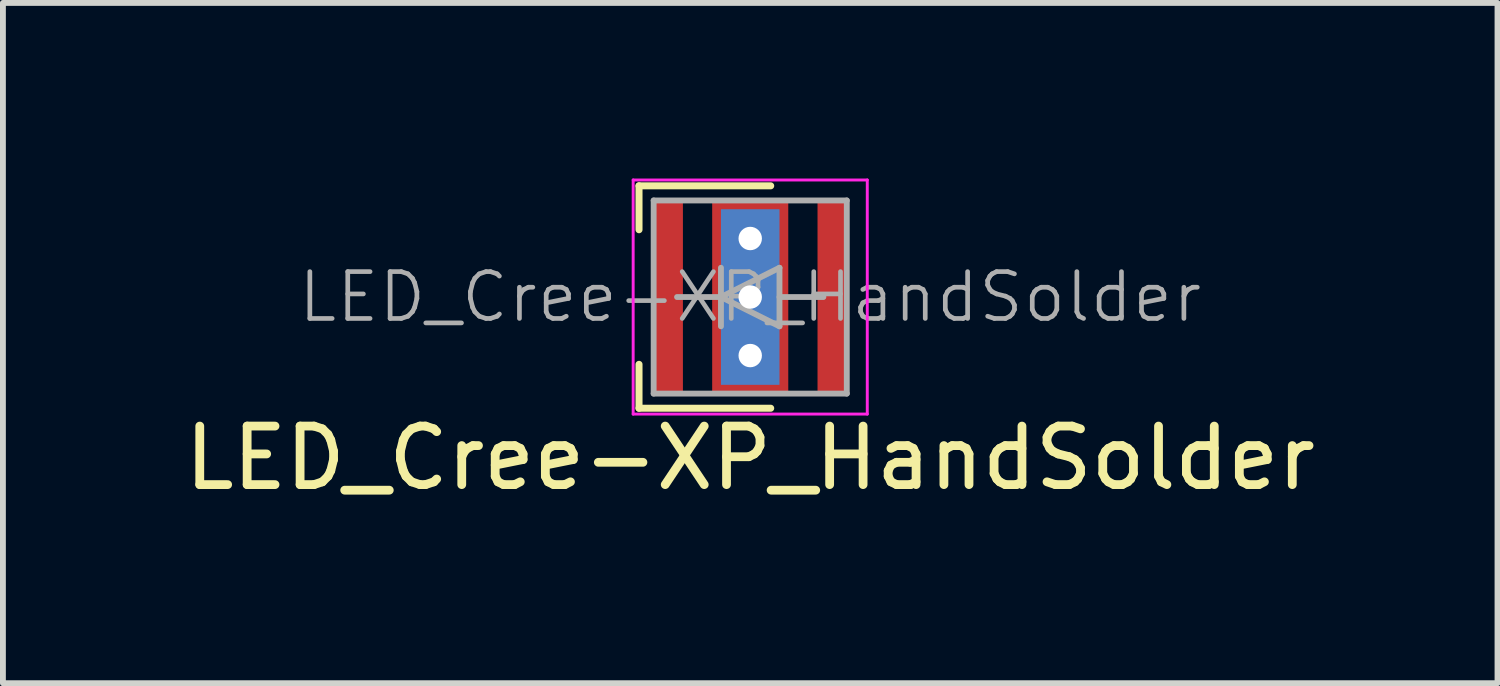
<source format=kicad_pcb>
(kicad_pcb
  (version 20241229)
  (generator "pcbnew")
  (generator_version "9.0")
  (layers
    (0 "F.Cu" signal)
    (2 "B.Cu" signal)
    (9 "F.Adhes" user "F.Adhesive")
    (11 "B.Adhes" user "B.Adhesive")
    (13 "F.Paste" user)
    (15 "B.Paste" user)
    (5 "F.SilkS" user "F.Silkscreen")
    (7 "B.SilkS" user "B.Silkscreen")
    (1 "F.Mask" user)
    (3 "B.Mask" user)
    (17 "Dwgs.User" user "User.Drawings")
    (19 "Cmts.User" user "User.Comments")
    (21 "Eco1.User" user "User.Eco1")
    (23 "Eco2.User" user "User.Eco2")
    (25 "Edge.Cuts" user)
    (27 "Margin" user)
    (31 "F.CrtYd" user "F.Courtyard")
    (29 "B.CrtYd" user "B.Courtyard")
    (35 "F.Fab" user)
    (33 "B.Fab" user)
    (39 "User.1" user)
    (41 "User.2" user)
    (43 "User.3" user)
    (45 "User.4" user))
  (footprint "LED_Cree-XP_HandSolder"
    (layer "F.Cu")
    (at 9.768 2.025)
    (property "Reference" "LED_Cree-XP_HandSolder" (at 0 2.75 0) (layer "F.SilkS") (effects (font (size 1 1) (thickness 0.15))))
    (attr smd)
    (fp_line (start -1.9 -1.9) (end -1.9 -1.15) (stroke (width 0.12) (type solid)) (layer "F.SilkS"))
    (fp_line (start -1.9 1.9) (end -1.9 1.15) (stroke (width 0.12) (type solid)) (layer "F.SilkS"))
    (fp_line (start 0.35 -1.9) (end -1.9 -1.9) (stroke (width 0.12) (type solid)) (layer "F.SilkS"))
    (fp_line (start 0.35 1.9) (end -1.9 1.9) (stroke (width 0.12) (type solid)) (layer "F.SilkS"))
    (fp_line (start -2 -2) (end 2 -2) (stroke (width 0.05) (type solid)) (layer "F.CrtYd"))
    (fp_line (start -2 2) (end -2 -2) (stroke (width 0.05) (type solid)) (layer "F.CrtYd"))
    (fp_line (start 2 -2) (end 2 2) (stroke (width 0.05) (type solid)) (layer "F.CrtYd"))
    (fp_line (start 2 2) (end -2 2) (stroke (width 0.05) (type solid)) (layer "F.CrtYd"))
    (fp_line (start -1.65 -1.65) (end 1.65 -1.65) (stroke (width 0.1) (type solid)) (layer "F.Fab"))
    (fp_line (start -1.65 1.65) (end -1.65 -1.65) (stroke (width 0.1) (type solid)) (layer "F.Fab"))
    (fp_line (start -1.25 0) (end -0.5 0) (stroke (width 0.1) (type solid)) (layer "F.Fab"))
    (fp_line (start -0.5 -0.5) (end -0.5 0.5) (stroke (width 0.1) (type solid)) (layer "F.Fab"))
    (fp_line (start -0.5 0) (end 0.5 -0.5) (stroke (width 0.1) (type solid)) (layer "F.Fab"))
    (fp_line (start 0.5 -0.5) (end 0.5 0.5) (stroke (width 0.1) (type solid)) (layer "F.Fab"))
    (fp_line (start 0.5 0.5) (end -0.5 0) (stroke (width 0.1) (type solid)) (layer "F.Fab"))
    (fp_line (start 1.25 0) (end 0.5 0) (stroke (width 0.1) (type solid)) (layer "F.Fab"))
    (fp_line (start 1.65 -1.65) (end 1.65 1.65) (stroke (width 0.1) (type solid)) (layer "F.Fab"))
    (fp_line (start 1.65 1.65) (end -1.65 1.65) (stroke (width 0.1) (type solid)) (layer "F.Fab"))
    (fp_text user "${REFERENCE}" (at 0 0 0) (layer "F.Fab") (effects (font (size 0.8 0.8) (thickness 0.08))))
    (pad "" smd rect (at 0 -1) (size 1.01 0.75) (layers "F.Paste"))
    (pad "" smd rect (at 0 0) (size 1.01 0.75) (layers "F.Paste"))
    (pad "" smd rect (at 0 1) (size 1.01 0.75) (layers "F.Paste"))
    (pad "1" smd rect (at -1.4 0) (size 0.5 3.3) (layers "F.Cu" "F.Mask" "F.Paste"))
    (pad "2" smd rect (at 1.4 0) (size 0.5 3.3) (layers "F.Cu" "F.Mask" "F.Paste"))
    (pad "3" thru_hole circle (at 0 -1) (size 0.8 0.8) (drill 0.4) (layers "*.Cu"))
    (pad "3" thru_hole circle (at 0 0) (size 0.8 0.8) (drill 0.4) (layers "*.Cu"))
    (pad "3" smd rect (at 0 0) (size 1 3) (layers "B.Cu" "B.Mask"))
    (pad "3" smd rect (at 0 0) (size 1.3 3.3) (layers "F.Cu" "F.Mask"))
    (pad "3" thru_hole circle (at 0 1) (size 0.8 0.8) (drill 0.4) (layers "*.Cu")))
  (gr_rect
    (start -3 -3)
    (end 22.536 8.623)
    (stroke (width 0.1) (type default))
    (fill no)
    (layer "Edge.Cuts")))
</source>
